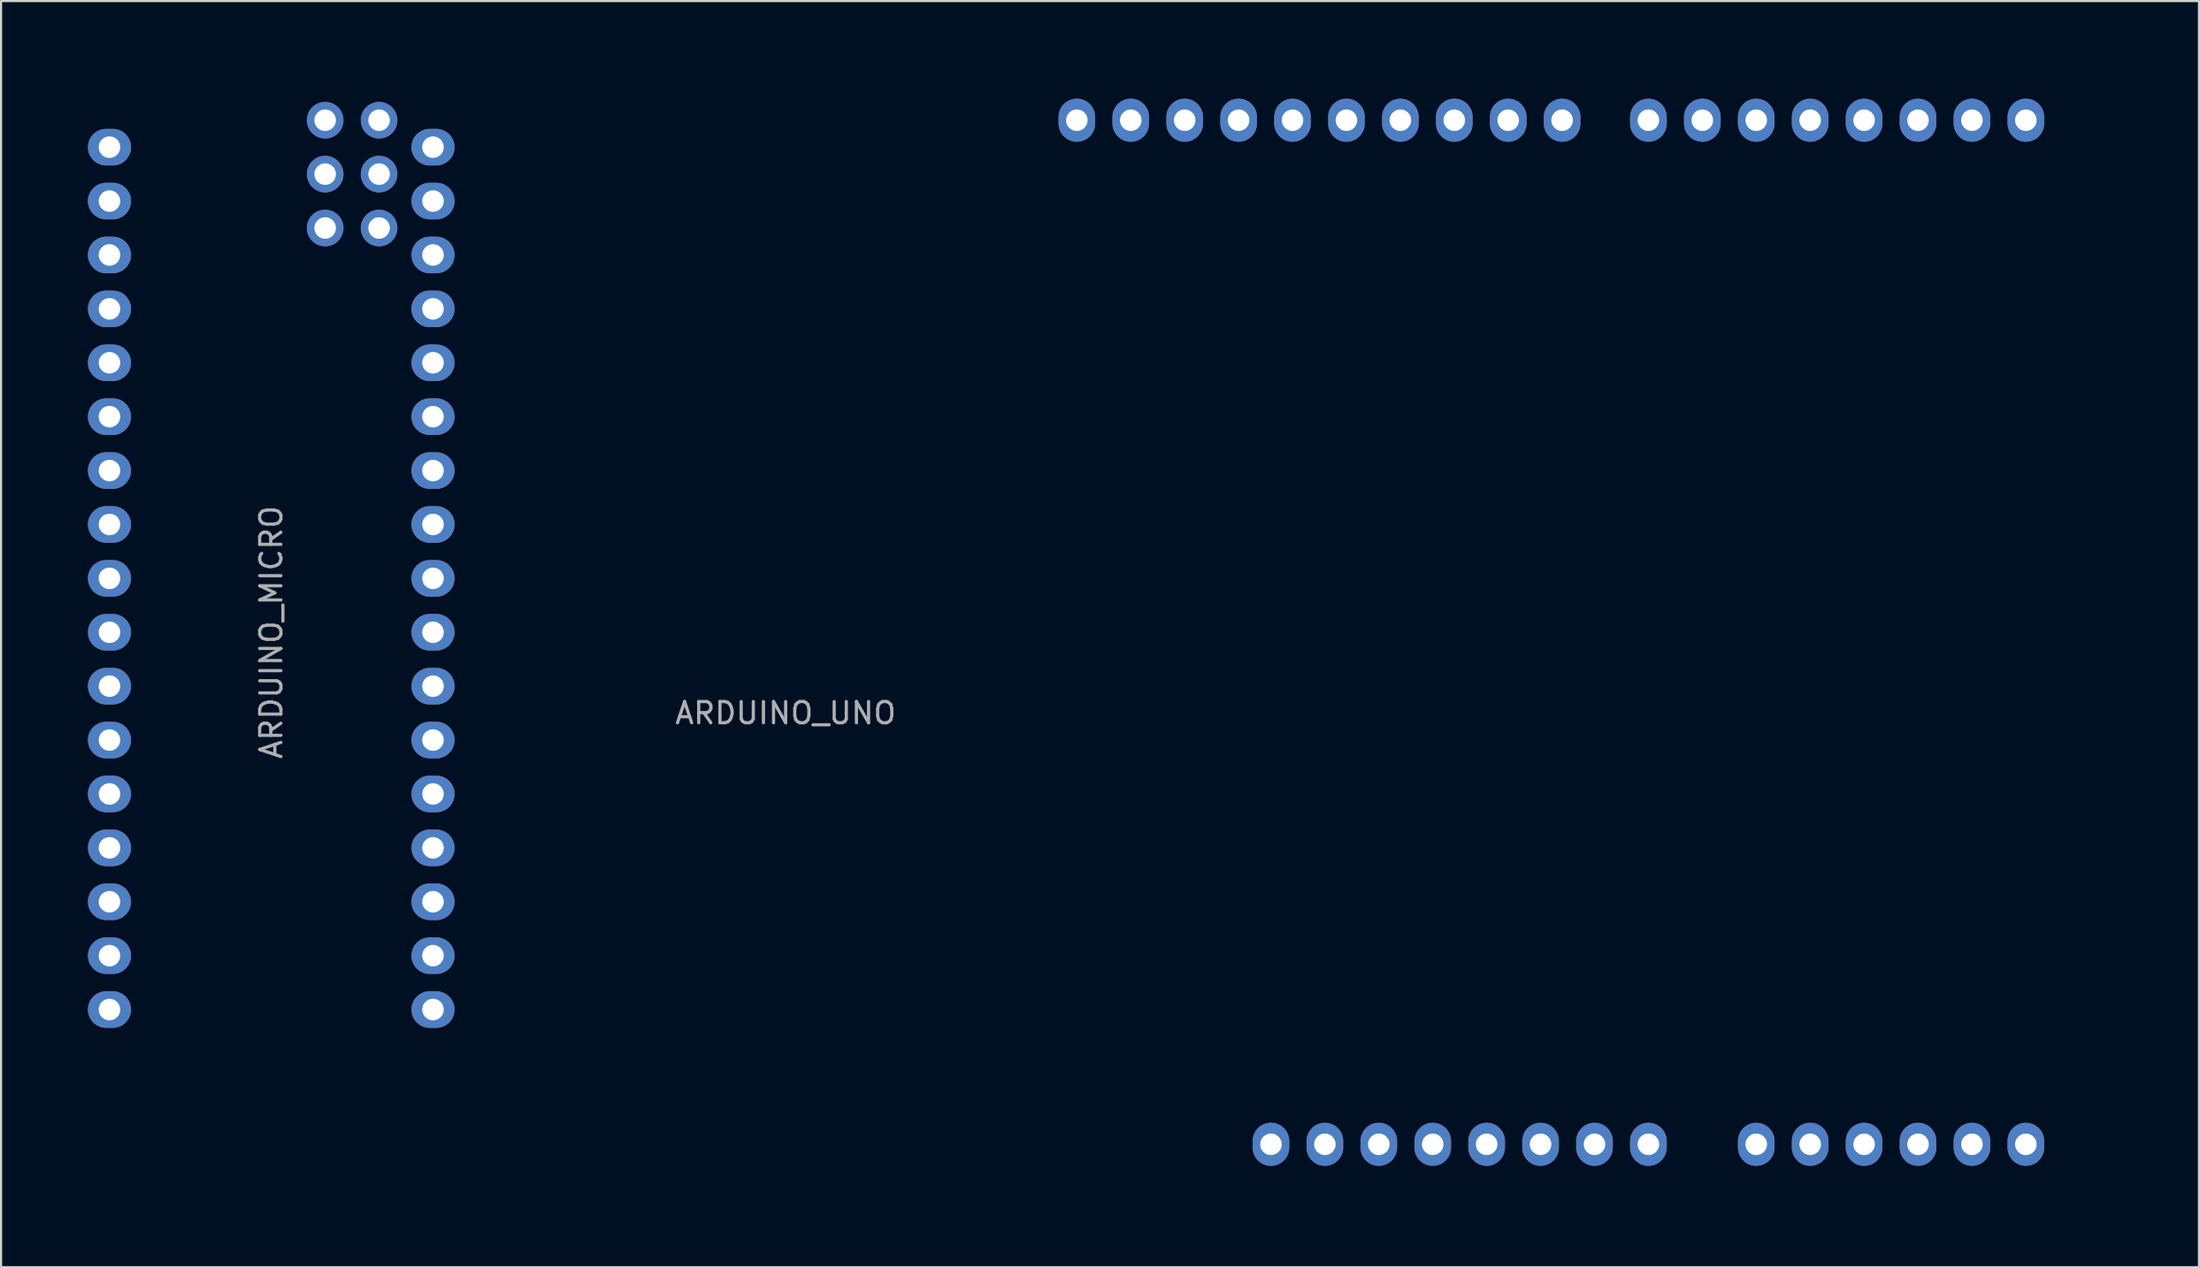
<source format=kicad_pcb>
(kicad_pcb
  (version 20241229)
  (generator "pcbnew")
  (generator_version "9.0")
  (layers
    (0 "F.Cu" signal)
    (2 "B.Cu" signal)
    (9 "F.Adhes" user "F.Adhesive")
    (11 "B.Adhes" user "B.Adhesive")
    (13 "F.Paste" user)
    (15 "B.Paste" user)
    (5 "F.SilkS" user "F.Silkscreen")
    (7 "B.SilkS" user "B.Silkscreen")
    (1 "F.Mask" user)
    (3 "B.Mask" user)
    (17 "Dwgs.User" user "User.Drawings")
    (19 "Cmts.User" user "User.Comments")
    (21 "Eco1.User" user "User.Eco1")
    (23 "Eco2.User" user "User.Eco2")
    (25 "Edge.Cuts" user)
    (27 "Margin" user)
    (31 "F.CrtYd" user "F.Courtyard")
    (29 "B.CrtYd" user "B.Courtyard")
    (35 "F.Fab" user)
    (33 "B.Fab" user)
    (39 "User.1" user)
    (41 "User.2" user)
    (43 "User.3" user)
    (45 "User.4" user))
  (footprint "ARDUINO_MICRO"
    (layer "F.Cu")
    (at 9.727 47.065)
    (property "Reference" "ARDUINO_MICRO" (at 0 -20.32 270) (layer "F.Fab") (effects (font (size 1 1) (thickness 0.15))))
    (attr through_hole)
    (fp_line (start -9.652 -46.99) (end -9.652 1.27) (stroke (width 0.15) (type solid)) (layer "Eco2.User"))
    (fp_line (start -9.652 1.27) (end 9.652 1.27) (stroke (width 0.15) (type solid)) (layer "Eco2.User"))
    (fp_line (start -5.715 -44.45) (end -5.715 -39.37) (stroke (width 0.15) (type solid)) (layer "Eco2.User"))
    (fp_line (start -5.715 -39.37) (end -0.635 -39.37) (stroke (width 0.15) (type solid)) (layer "Eco2.User"))
    (fp_line (start -3.81 -3.81) (end 3.81 -3.81) (stroke (width 0.15) (type solid)) (layer "Eco2.User"))
    (fp_line (start -3.81 2.54) (end -3.81 -3.81) (stroke (width 0.15) (type solid)) (layer "Eco2.User"))
    (fp_line (start -0.635 -44.45) (end -5.715 -44.45) (stroke (width 0.15) (type solid)) (layer "Eco2.User"))
    (fp_line (start -0.635 -39.37) (end -0.635 -44.45) (stroke (width 0.15) (type solid)) (layer "Eco2.User"))
    (fp_line (start 3.81 -3.81) (end 3.81 2.54) (stroke (width 0.15) (type solid)) (layer "Eco2.User"))
    (fp_line (start 3.81 2.54) (end -3.81 2.54) (stroke (width 0.15) (type solid)) (layer "Eco2.User"))
    (fp_line (start 9.652 -46.99) (end -9.652 -46.99) (stroke (width 0.15) (type solid)) (layer "Eco2.User"))
    (fp_line (start 9.652 1.27) (end 9.652 -46.99) (stroke (width 0.15) (type solid)) (layer "Eco2.User"))
    (fp_circle (center -3.175 -41.91) (end -1.905 -41.91) (stroke (width 0.15) (type solid)) (fill no) (layer "Eco2.User"))
    (fp_text user "usb" (at 0.127 -2.54 0) (layer "Eco1.User") (effects (font (size 1 1) (thickness 0.15))))
    (fp_text user "connector" (at 0 0 0) (layer "Eco1.User") (effects (font (size 1 1) (thickness 0.15))))
    (fp_text user "micro" (at 0 -1.27 0) (layer "Eco1.User") (effects (font (size 1 1) (thickness 0.15))))
    (pad "0" thru_hole oval (at -7.62 -35.56 90) (size 1.727 2.032) (drill 1.016) (layers "*.Cu" "*.Mask"))
    (pad "1" thru_hole oval (at -7.62 -38.1 90) (size 1.727 2.032) (drill 1.016) (layers "*.Cu" "*.Mask"))
    (pad "2" thru_hole oval (at -7.62 -27.94 90) (size 1.727 2.032) (drill 1.016) (layers "*.Cu" "*.Mask"))
    (pad "3" thru_hole oval (at -7.62 -25.4 90) (size 1.727 2.032) (drill 1.016) (layers "*.Cu" "*.Mask"))
    (pad "3V3" thru_hole oval (at 7.62 -5.08 90) (size 1.727 2.032) (drill 1.016) (layers "*.Cu" "*.Mask"))
    (pad "4" thru_hole oval (at -7.62 -22.86 90) (size 1.727 2.032) (drill 1.016) (layers "*.Cu" "*.Mask"))
    (pad "5" thru_hole oval (at -7.62 -20.32 90) (size 1.727 2.032) (drill 1.016) (layers "*.Cu" "*.Mask"))
    (pad "5V" thru_hole oval (at 7.62 -30.48 90) (size 1.727 2.032) (drill 1.016) (layers "*.Cu" "*.Mask"))
    (pad "5v" thru_hole circle (at 2.54 -39.37) (size 1.727 1.727) (drill 1.016) (layers "*.Cu" "*.Mask"))
    (pad "6" thru_hole oval (at -7.62 -17.78 90) (size 1.727 2.032) (drill 1.016) (layers "*.Cu" "*.Mask"))
    (pad "7" thru_hole oval (at -7.62 -15.24 90) (size 1.727 2.032) (drill 1.016) (layers "*.Cu" "*.Mask"))
    (pad "8" thru_hole oval (at -7.62 -12.7 90) (size 1.727 2.032) (drill 1.016) (layers "*.Cu" "*.Mask"))
    (pad "9" thru_hole oval (at -7.62 -10.16 90) (size 1.727 2.032) (drill 1.016) (layers "*.Cu" "*.Mask"))
    (pad "10" thru_hole oval (at -7.62 -7.62 90) (size 1.727 2.032) (drill 1.016) (layers "*.Cu" "*.Mask"))
    (pad "11" thru_hole oval (at -7.62 -5.08 90) (size 1.727 2.032) (drill 1.016) (layers "*.Cu" "*.Mask"))
    (pad "12" thru_hole oval (at -7.62 -2.54 90) (size 1.727 2.032) (drill 1.016) (layers "*.Cu" "*.Mask"))
    (pad "13" thru_hole oval (at 7.62 -2.54 90) (size 1.727 2.032) (drill 1.016) (layers "*.Cu" "*.Mask"))
    (pad "14" thru_hole oval (at 7.62 -40.64 90) (size 1.727 2.032) (drill 1.016) (layers "*.Cu" "*.Mask"))
    (pad "15" thru_hole oval (at 7.62 -43.18 90) (size 1.727 2.032) (drill 1.016) (layers "*.Cu" "*.Mask"))
    (pad "16" thru_hole oval (at -7.62 -43.18 90) (size 1.727 2.032) (drill 1.016) (layers "*.Cu" "*.Mask"))
    (pad "17" thru_hole oval (at -7.62 -40.64 90) (size 1.727 2.032) (drill 1.016) (layers "*.Cu" "*.Mask"))
    (pad "18" thru_hole oval (at 7.62 -10.16 90) (size 1.727 2.032) (drill 1.016) (layers "*.Cu" "*.Mask"))
    (pad "19" thru_hole oval (at 7.62 -12.7 90) (size 1.727 2.032) (drill 1.016) (layers "*.Cu" "*.Mask"))
    (pad "20" thru_hole oval (at 7.62 -15.24 90) (size 1.727 2.032) (drill 1.016) (layers "*.Cu" "*.Mask"))
    (pad "21" thru_hole oval (at 7.62 -17.78 90) (size 1.727 2.032) (drill 1.016) (layers "*.Cu" "*.Mask"))
    (pad "22" thru_hole oval (at 7.62 -20.32 90) (size 1.727 2.032) (drill 1.016) (layers "*.Cu" "*.Mask"))
    (pad "23" thru_hole oval (at 7.62 -22.86 90) (size 1.727 2.032) (drill 1.016) (layers "*.Cu" "*.Mask"))
    (pad "AREF" thru_hole oval (at 7.62 -7.62 90) (size 1.727 2.032) (drill 1.016) (layers "*.Cu" "*.Mask"))
    (pad "GND" thru_hole oval (at -7.62 -30.48 90) (size 1.727 2.032) (drill 1.016) (layers "*.Cu" "*.Mask"))
    (pad "GND" thru_hole circle (at 2.54 -44.45) (size 1.727 1.727) (drill 1.016) (layers "*.Cu" "*.Mask"))
    (pad "GND" thru_hole oval (at 7.62 -35.56 90) (size 1.727 2.032) (drill 1.016) (layers "*.Cu" "*.Mask"))
    (pad "MISO" thru_hole circle (at 5.08 -39.37) (size 1.727 1.727) (drill 1.016) (layers "*.Cu" "*.Mask"))
    (pad "MOSI" thru_hole circle (at 2.54 -41.91) (size 1.727 1.727) (drill 1.016) (layers "*.Cu" "*.Mask"))
    (pad "NC" thru_hole oval (at 7.62 -27.94 90) (size 1.727 2.032) (drill 1.016) (layers "*.Cu" "*.Mask"))
    (pad "NC" thru_hole oval (at 7.62 -25.4 90) (size 1.727 2.032) (drill 1.016) (layers "*.Cu" "*.Mask"))
    (pad "RST" thru_hole circle (at 5.08 -44.45) (size 1.727 1.727) (drill 1.016) (layers "*.Cu" "*.Mask"))
    (pad "SCK" thru_hole circle (at 5.08 -41.91) (size 1.727 1.727) (drill 1.016) (layers "*.Cu" "*.Mask"))
    (pad "VIN" thru_hole oval (at 7.62 -38.1 90) (size 1.727 2.032) (drill 1.016) (layers "*.Cu" "*.Mask"))
    (pad "~RST" thru_hole oval (at -7.62 -33.02 90) (size 1.727 2.032) (drill 1.016) (layers "*.Cu" "*.Mask"))
    (pad "~RST" thru_hole oval (at 7.62 -33.02 90) (size 1.727 2.032) (drill 1.016) (layers "*.Cu" "*.Mask")))
  (footprint "ARDUINO_UNO"
    (layer "F.Cu")
    (at 28.879 53.415)
    (property "Reference" "ARDUINO_UNO" (at 5.08 -22.86 0) (layer "F.Fab") (effects (font (size 1 1) (thickness 0.15))))
    (attr through_hole)
    (fp_line (start -6.35 -43.815) (end 9.525 -43.815) (stroke (width 0.15) (type solid)) (layer "Eco2.User"))
    (fp_line (start -6.35 -32.385) (end -6.35 -43.815) (stroke (width 0.15) (type solid)) (layer "Eco2.User"))
    (fp_line (start -6.35 -32.385) (end 9.525 -32.385) (stroke (width 0.15) (type solid)) (layer "Eco2.User"))
    (fp_line (start -1.905 -3.175) (end -1.905 -12.065) (stroke (width 0.15) (type solid)) (layer "Eco2.User"))
    (fp_line (start -1.905 -3.175) (end 11.43 -3.175) (stroke (width 0.15) (type solid)) (layer "Eco2.User"))
    (fp_line (start 0 -53.34) (end 0 0) (stroke (width 0.15) (type solid)) (layer "Eco2.User"))
    (fp_line (start 0 0) (end 66.04 0) (stroke (width 0.15) (type solid)) (layer "Eco2.User"))
    (fp_line (start 9.525 -32.385) (end 9.525 -43.815) (stroke (width 0.15) (type solid)) (layer "Eco2.User"))
    (fp_line (start 11.43 -12.065) (end -1.905 -12.065) (stroke (width 0.15) (type solid)) (layer "Eco2.User"))
    (fp_line (start 11.43 -3.175) (end 11.43 -12.065) (stroke (width 0.15) (type solid)) (layer "Eco2.User"))
    (fp_line (start 66.04 -53.34) (end 0 -53.34) (stroke (width 0.15) (type solid)) (layer "Eco2.User"))
    (fp_line (start 66.04 -40.386) (end 66.04 -53.34) (stroke (width 0.15) (type solid)) (layer "Eco2.User"))
    (fp_line (start 66.04 -2.54) (end 68.58 -5.08) (stroke (width 0.15) (type solid)) (layer "Eco2.User"))
    (fp_line (start 66.04 0) (end 66.04 -2.54) (stroke (width 0.15) (type solid)) (layer "Eco2.User"))
    (fp_line (start 68.58 -37.846) (end 66.04 -40.386) (stroke (width 0.15) (type solid)) (layer "Eco2.User"))
    (fp_line (start 68.58 -5.08) (end 68.58 -37.846) (stroke (width 0.15) (type solid)) (layer "Eco2.User"))
    (fp_circle (center 13.97 -2.54) (end 15.557 -2.54) (stroke (width 0.15) (type solid)) (fill no) (layer "Eco2.User"))
    (fp_circle (center 15.24 -50.8) (end 16.828 -50.8) (stroke (width 0.15) (type solid)) (fill no) (layer "Eco2.User"))
    (fp_circle (center 66.04 -35.56) (end 67.627 -35.56) (stroke (width 0.15) (type solid)) (fill no) (layer "Eco2.User"))
    (fp_circle (center 66.04 -7.62) (end 67.627 -7.62) (stroke (width 0.15) (type solid)) (fill no) (layer "Eco2.User"))
    (fp_text user "Jack" (at 3.734 -6.731 0) (layer "Eco1.User") (effects (font (size 1 1) (thickness 0.15))))
    (fp_text user "Jack" (at 4.572 -37.846 0) (layer "Eco1.User") (effects (font (size 1 1) (thickness 0.15))))
    (fp_text user "Power" (at 3.81 -8.636 0) (layer "Eco1.User") (effects (font (size 1 1) (thickness 0.15))))
    (fp_text user "USB" (at 4.674 -40.132 0) (layer "Eco1.User") (effects (font (size 1 1) (thickness 0.15))))
    (pad "0" thru_hole oval (at 63.5 -50.8 180) (size 1.727 2.032) (drill 1.016) (layers "*.Cu" "*.Mask"))
    (pad "1" thru_hole oval (at 60.96 -50.8 180) (size 1.727 2.032) (drill 1.016) (layers "*.Cu" "*.Mask"))
    (pad "2" thru_hole oval (at 58.42 -50.8 180) (size 1.727 2.032) (drill 1.016) (layers "*.Cu" "*.Mask"))
    (pad "3" thru_hole oval (at 55.88 -50.8 180) (size 1.727 2.032) (drill 1.016) (layers "*.Cu" "*.Mask"))
    (pad "3V3" thru_hole oval (at 35.56 -2.54 180) (size 1.727 2.032) (drill 1.016) (layers "*.Cu" "*.Mask"))
    (pad "4" thru_hole oval (at 53.34 -50.8 180) (size 1.727 2.032) (drill 1.016) (layers "*.Cu" "*.Mask"))
    (pad "5" thru_hole oval (at 50.8 -50.8 180) (size 1.727 2.032) (drill 1.016) (layers "*.Cu" "*.Mask"))
    (pad "5V" thru_hole oval (at 38.1 -2.54 180) (size 1.727 2.032) (drill 1.016) (layers "*.Cu" "*.Mask"))
    (pad "6" thru_hole oval (at 48.26 -50.8 180) (size 1.727 2.032) (drill 1.016) (layers "*.Cu" "*.Mask"))
    (pad "7" thru_hole oval (at 45.72 -50.8 180) (size 1.727 2.032) (drill 1.016) (layers "*.Cu" "*.Mask"))
    (pad "8" thru_hole oval (at 41.656 -50.8 180) (size 1.727 2.032) (drill 1.016) (layers "*.Cu" "*.Mask"))
    (pad "9" thru_hole oval (at 39.116 -50.8 180) (size 1.727 2.032) (drill 1.016) (layers "*.Cu" "*.Mask"))
    (pad "10" thru_hole oval (at 36.576 -50.8 180) (size 1.727 2.032) (drill 1.016) (layers "*.Cu" "*.Mask"))
    (pad "11" thru_hole oval (at 34.036 -50.8 180) (size 1.727 2.032) (drill 1.016) (layers "*.Cu" "*.Mask"))
    (pad "12" thru_hole oval (at 31.496 -50.8 180) (size 1.727 2.032) (drill 1.016) (layers "*.Cu" "*.Mask"))
    (pad "13" thru_hole oval (at 28.956 -50.8 180) (size 1.727 2.032) (drill 1.016) (layers "*.Cu" "*.Mask"))
    (pad "14" thru_hole oval (at 50.8 -2.54 180) (size 1.727 2.032) (drill 1.016) (layers "*.Cu" "*.Mask"))
    (pad "15" thru_hole oval (at 53.34 -2.54 180) (size 1.727 2.032) (drill 1.016) (layers "*.Cu" "*.Mask"))
    (pad "16" thru_hole oval (at 55.88 -2.54 180) (size 1.727 2.032) (drill 1.016) (layers "*.Cu" "*.Mask"))
    (pad "17" thru_hole oval (at 58.42 -2.54 180) (size 1.727 2.032) (drill 1.016) (layers "*.Cu" "*.Mask"))
    (pad "18" thru_hole oval (at 18.796 -50.8 180) (size 1.727 2.032) (drill 1.016) (layers "*.Cu" "*.Mask"))
    (pad "18" thru_hole oval (at 60.96 -2.54 180) (size 1.727 2.032) (drill 1.016) (layers "*.Cu" "*.Mask"))
    (pad "19" thru_hole oval (at 21.336 -50.8 180) (size 1.727 2.032) (drill 1.016) (layers "*.Cu" "*.Mask"))
    (pad "19" thru_hole oval (at 63.5 -2.54 180) (size 1.727 2.032) (drill 1.016) (layers "*.Cu" "*.Mask"))
    (pad "Aref" thru_hole oval (at 23.876 -50.8 180) (size 1.727 2.032) (drill 1.016) (layers "*.Cu" "*.Mask"))
    (pad "GND" thru_hole oval (at 26.416 -50.8 180) (size 1.727 2.032) (drill 1.016) (layers "*.Cu" "*.Mask"))
    (pad "GND" thru_hole oval (at 40.64 -2.54 180) (size 1.727 2.032) (drill 1.016) (layers "*.Cu" "*.Mask"))
    (pad "GND" thru_hole oval (at 43.18 -2.54 180) (size 1.727 2.032) (drill 1.016) (layers "*.Cu" "*.Mask"))
    (pad "Iref" thru_hole oval (at 30.48 -2.54 180) (size 1.727 2.032) (drill 1.016) (layers "*.Cu" "*.Mask"))
    (pad "Vin" thru_hole oval (at 45.72 -2.54 180) (size 1.727 2.032) (drill 1.016) (layers "*.Cu" "*.Mask"))
    (pad "~" thru_hole oval (at 27.94 -2.54 180) (size 1.727 2.032) (drill 1.016) (layers "*.Cu" "*.Mask"))
    (pad "~RST" thru_hole oval (at 33.02 -2.54 180) (size 1.727 2.032) (drill 1.016) (layers "*.Cu" "*.Mask")))
  (gr_rect
    (start -3 -3)
    (end 100.534 56.665)
    (stroke (width 0.1) (type default))
    (fill no)
    (layer "Edge.Cuts")))
</source>
